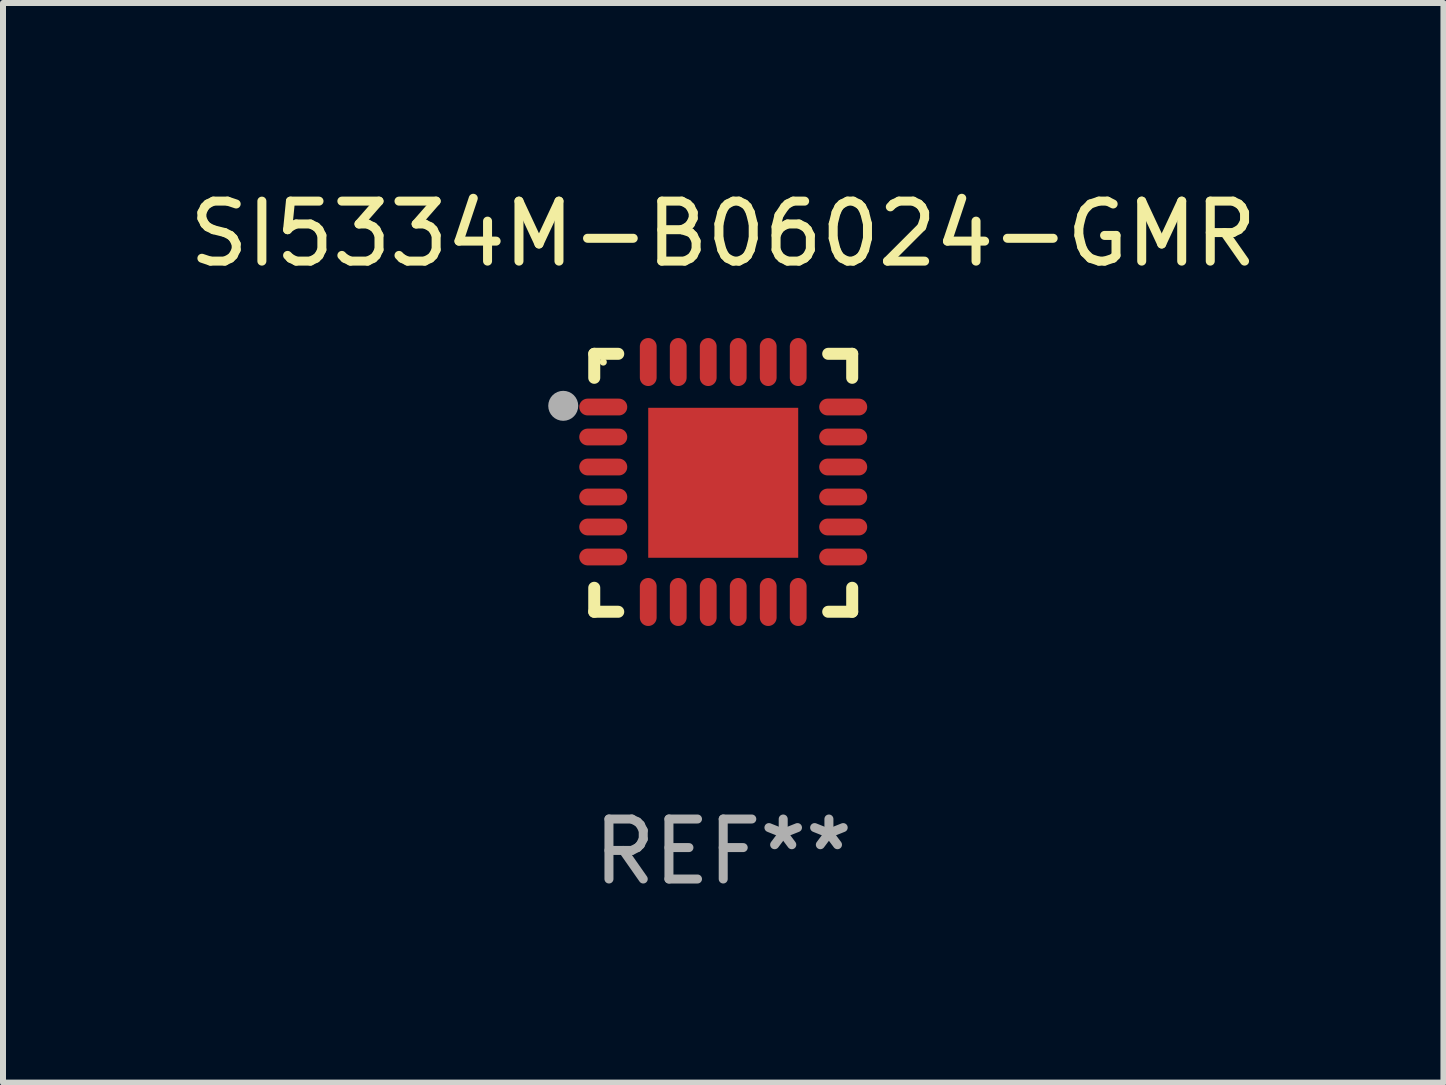
<source format=kicad_pcb>
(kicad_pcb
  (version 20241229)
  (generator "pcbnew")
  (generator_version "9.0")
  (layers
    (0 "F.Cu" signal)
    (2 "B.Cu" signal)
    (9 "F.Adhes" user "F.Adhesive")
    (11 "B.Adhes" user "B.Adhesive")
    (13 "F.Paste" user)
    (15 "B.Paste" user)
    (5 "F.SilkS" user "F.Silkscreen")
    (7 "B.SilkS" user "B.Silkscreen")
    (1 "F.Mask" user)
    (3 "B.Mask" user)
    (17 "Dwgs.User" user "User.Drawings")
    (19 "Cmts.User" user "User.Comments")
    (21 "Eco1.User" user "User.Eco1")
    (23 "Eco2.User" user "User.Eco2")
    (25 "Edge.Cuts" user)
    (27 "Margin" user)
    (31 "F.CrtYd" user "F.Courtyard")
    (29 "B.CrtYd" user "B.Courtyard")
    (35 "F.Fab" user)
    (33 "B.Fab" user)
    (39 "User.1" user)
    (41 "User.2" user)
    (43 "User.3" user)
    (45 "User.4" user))
  (footprint "SI5334M-B06024-GMR"
    (layer "F.Cu")
    (at 9.006 4.998)
    (property "Reference" "SI5334M-B06024-GMR" (at 0 -4.15 0) (layer "F.SilkS") (effects (font (size 1 1) (thickness 0.15))))
    (attr through_hole)
    (fp_line (start -2.15 -2.15) (end -1.75 -2.15) (stroke (width 0.2) (type solid)) (layer "F.SilkS"))
    (fp_line (start -2.15 -1.75) (end -2.15 -2.15) (stroke (width 0.2) (type solid)) (layer "F.SilkS"))
    (fp_line (start -2.15 2.15) (end -2.15 1.75) (stroke (width 0.2) (type solid)) (layer "F.SilkS"))
    (fp_line (start -1.75 2.15) (end -2.15 2.15) (stroke (width 0.2) (type solid)) (layer "F.SilkS"))
    (fp_line (start 1.75 -2.15) (end 2.15 -2.15) (stroke (width 0.2) (type solid)) (layer "F.SilkS"))
    (fp_line (start 1.75 2.15) (end 2.15 2.15) (stroke (width 0.2) (type solid)) (layer "F.SilkS"))
    (fp_line (start 2.15 -2.15) (end 2.15 -1.75) (stroke (width 0.2) (type solid)) (layer "F.SilkS"))
    (fp_line (start 2.15 2.15) (end 2.15 1.75) (stroke (width 0.2) (type solid)) (layer "F.SilkS"))
    (fp_circle (center -2 -2.013) (end -1.97 -2.013) (stroke (width 0.06) (type solid)) (fill no) (layer "F.SilkS"))
    (fp_circle (center -2.667 -1.283) (end -2.542 -1.283) (stroke (width 0.25) (type solid)) (fill no) (layer "F.Fab"))
    (fp_text user "REF**" (at 0 6.15 0) (layer "F.Fab") (effects (font (size 1 1) (thickness 0.15))))
    (pad "1" smd oval (at -2 -1.263) (size 0.8 0.28) (layers "F.Cu" "F.Mask" "F.Paste"))
    (pad "2" smd oval (at -2 -0.763) (size 0.8 0.28) (layers "F.Cu" "F.Mask" "F.Paste"))
    (pad "3" smd oval (at -2 -0.263) (size 0.8 0.28) (layers "F.Cu" "F.Mask" "F.Paste"))
    (pad "4" smd oval (at -2 0.237) (size 0.8 0.28) (layers "F.Cu" "F.Mask" "F.Paste"))
    (pad "5" smd oval (at -2 0.737) (size 0.8 0.28) (layers "F.Cu" "F.Mask" "F.Paste"))
    (pad "6" smd oval (at -2 1.237) (size 0.8 0.28) (layers "F.Cu" "F.Mask" "F.Paste"))
    (pad "7" smd oval (at -1.25 1.987) (size 0.28 0.8) (layers "F.Cu" "F.Mask" "F.Paste"))
    (pad "8" smd oval (at -0.75 1.987) (size 0.28 0.8) (layers "F.Cu" "F.Mask" "F.Paste"))
    (pad "9" smd oval (at -0.25 1.987) (size 0.28 0.8) (layers "F.Cu" "F.Mask" "F.Paste"))
    (pad "10" smd oval (at 0.25 1.987) (size 0.28 0.8) (layers "F.Cu" "F.Mask" "F.Paste"))
    (pad "11" smd oval (at 0.75 1.987) (size 0.28 0.8) (layers "F.Cu" "F.Mask" "F.Paste"))
    (pad "12" smd oval (at 1.25 1.987) (size 0.28 0.8) (layers "F.Cu" "F.Mask" "F.Paste"))
    (pad "13" smd oval (at 2 1.237) (size 0.8 0.28) (layers "F.Cu" "F.Mask" "F.Paste"))
    (pad "14" smd oval (at 2 0.737) (size 0.8 0.28) (layers "F.Cu" "F.Mask" "F.Paste"))
    (pad "15" smd oval (at 2 0.237) (size 0.8 0.28) (layers "F.Cu" "F.Mask" "F.Paste"))
    (pad "16" smd oval (at 2 -0.263) (size 0.8 0.28) (layers "F.Cu" "F.Mask" "F.Paste"))
    (pad "17" smd oval (at 2 -0.763) (size 0.8 0.28) (layers "F.Cu" "F.Mask" "F.Paste"))
    (pad "18" smd oval (at 2 -1.263) (size 0.8 0.28) (layers "F.Cu" "F.Mask" "F.Paste"))
    (pad "19" smd oval (at 1.25 -2.013) (size 0.28 0.8) (layers "F.Cu" "F.Mask" "F.Paste"))
    (pad "20" smd oval (at 0.75 -2.013) (size 0.28 0.8) (layers "F.Cu" "F.Mask" "F.Paste"))
    (pad "21" smd oval (at 0.25 -2.013) (size 0.28 0.8) (layers "F.Cu" "F.Mask" "F.Paste"))
    (pad "22" smd oval (at -0.25 -2.013) (size 0.28 0.8) (layers "F.Cu" "F.Mask" "F.Paste"))
    (pad "23" smd oval (at -0.75 -2.013) (size 0.28 0.8) (layers "F.Cu" "F.Mask" "F.Paste"))
    (pad "24" smd oval (at -1.25 -2.013) (size 0.28 0.8) (layers "F.Cu" "F.Mask" "F.Paste"))
    (pad "25" smd rect (at -0.000127 -0.00014) (size 2.5 2.5) (layers "F.Cu" "F.Mask" "F.Paste")))
  (gr_rect
    (start -3 -3)
    (end 21.012 14.997)
    (stroke (width 0.1) (type default))
    (fill no)
    (layer "Edge.Cuts")))
</source>
